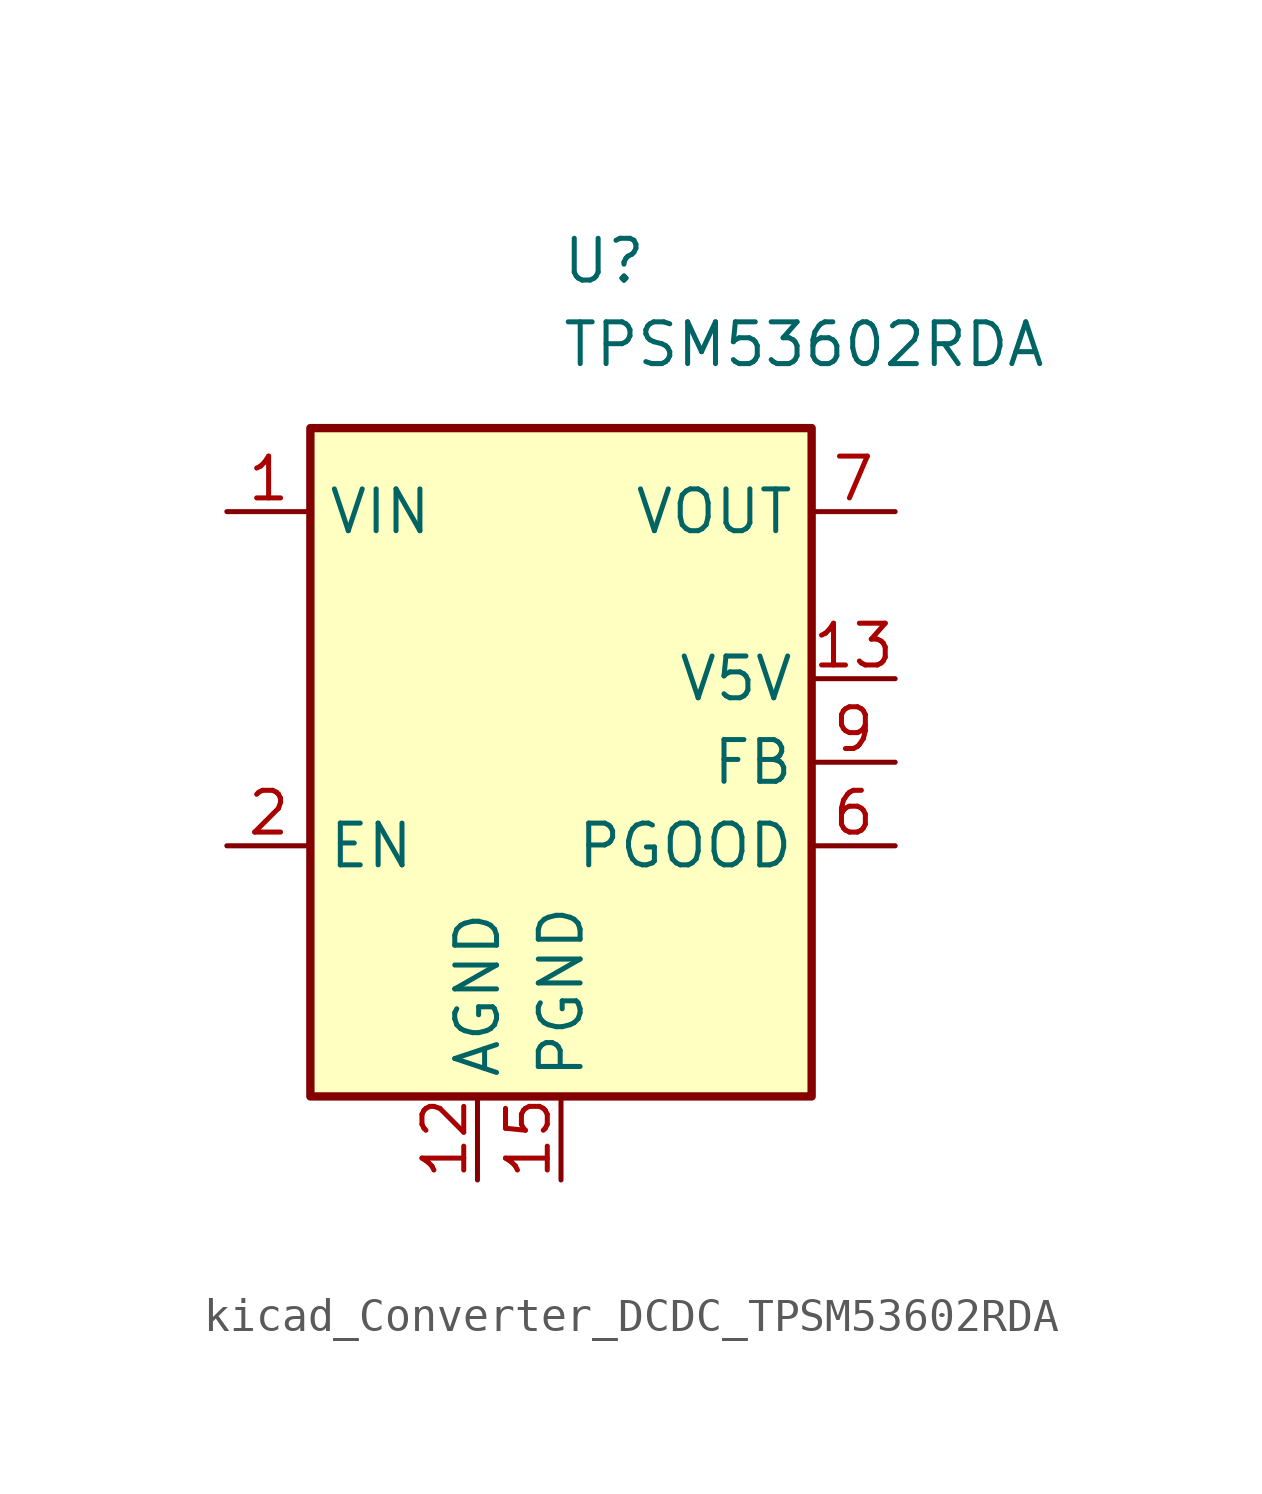
<source format=kicad_sym>
(kicad_symbol_lib
  (version 20220914)
  (generator kicad_symbol_editor)
  (symbol "kicad_Converter_DCDC_TPSM53602RDA"
    (property "Reference" "U"
      (at 0 15.24 0)
      (effects (font (size 1.27 1.27)) (justify left)))
    (property "Value" "TPSM53602RDA"
      (at 0 12.7 0)
      (effects (font (size 1.27 1.27)) (justify left)))
    (symbol "kicad_Converter_DCDC_TPSM53602RDA_0_1"
      (rectangle (start 7.62 10.16) (end -7.62 -10.16) (stroke (width 0.254) (type default)) (fill (type background))))
    (symbol "kicad_Converter_DCDC_TPSM53602RDA_1_1"
      (pin power_in line (at -10.16 7.62 0) (length 2.54) (name "VIN" (effects (font (size 1.27 1.27)))) (number "1" (effects (font (size 1.27 1.27)))))
      (pin passive line (at 0 -12.7 90) (length 2.54) hide (name "PGND" (effects (font (size 1.27 1.27)))) (number "10" (effects (font (size 1.27 1.27)))))
      (pin passive line (at 0 -12.7 90) (length 2.54) hide (name "PGND" (effects (font (size 1.27 1.27)))) (number "11" (effects (font (size 1.27 1.27)))))
      (pin power_in line (at -2.54 -12.7 90) (length 2.54) (name "AGND" (effects (font (size 1.27 1.27)))) (number "12" (effects (font (size 1.27 1.27)))))
      (pin output line (at 10.16 2.54 180) (length 2.54) (name "V5V" (effects (font (size 1.27 1.27)))) (number "13" (effects (font (size 1.27 1.27)))))
      (pin passive line (at -10.16 7.62 0) (length 2.54) hide (name "VIN" (effects (font (size 1.27 1.27)))) (number "14" (effects (font (size 1.27 1.27)))))
      (pin power_in line (at 0 -12.7 90) (length 2.54) (name "PGND" (effects (font (size 1.27 1.27)))) (number "15" (effects (font (size 1.27 1.27)))))
      (pin input line (at -10.16 -2.54 0) (length 2.54) (name "EN" (effects (font (size 1.27 1.27)))) (number "2" (effects (font (size 1.27 1.27)))))
      (pin passive line (at 0 -12.7 90) (length 2.54) hide (name "PGND" (effects (font (size 1.27 1.27)))) (number "3" (effects (font (size 1.27 1.27)))))
      (pin no_connect line (at -7.62 2.54 0) (length 2.54) hide (name "DNC" (effects (font (size 1.27 1.27)))) (number "4" (effects (font (size 1.27 1.27)))))
      (pin no_connect line (at -7.62 0 0) (length 2.54) hide (name "DNC" (effects (font (size 1.27 1.27)))) (number "5" (effects (font (size 1.27 1.27)))))
      (pin open_collector line (at 10.16 -2.54 180) (length 2.54) (name "PGOOD" (effects (font (size 1.27 1.27)))) (number "6" (effects (font (size 1.27 1.27)))))
      (pin power_out line (at 10.16 7.62 180) (length 2.54) (name "VOUT" (effects (font (size 1.27 1.27)))) (number "7" (effects (font (size 1.27 1.27)))))
      (pin passive line (at 10.16 7.62 180) (length 2.54) hide (name "VOUT" (effects (font (size 1.27 1.27)))) (number "8" (effects (font (size 1.27 1.27)))))
      (pin input line (at 10.16 0 180) (length 2.54) (name "FB" (effects (font (size 1.27 1.27)))) (number "9" (effects (font (size 1.27 1.27))))))))
</source>
